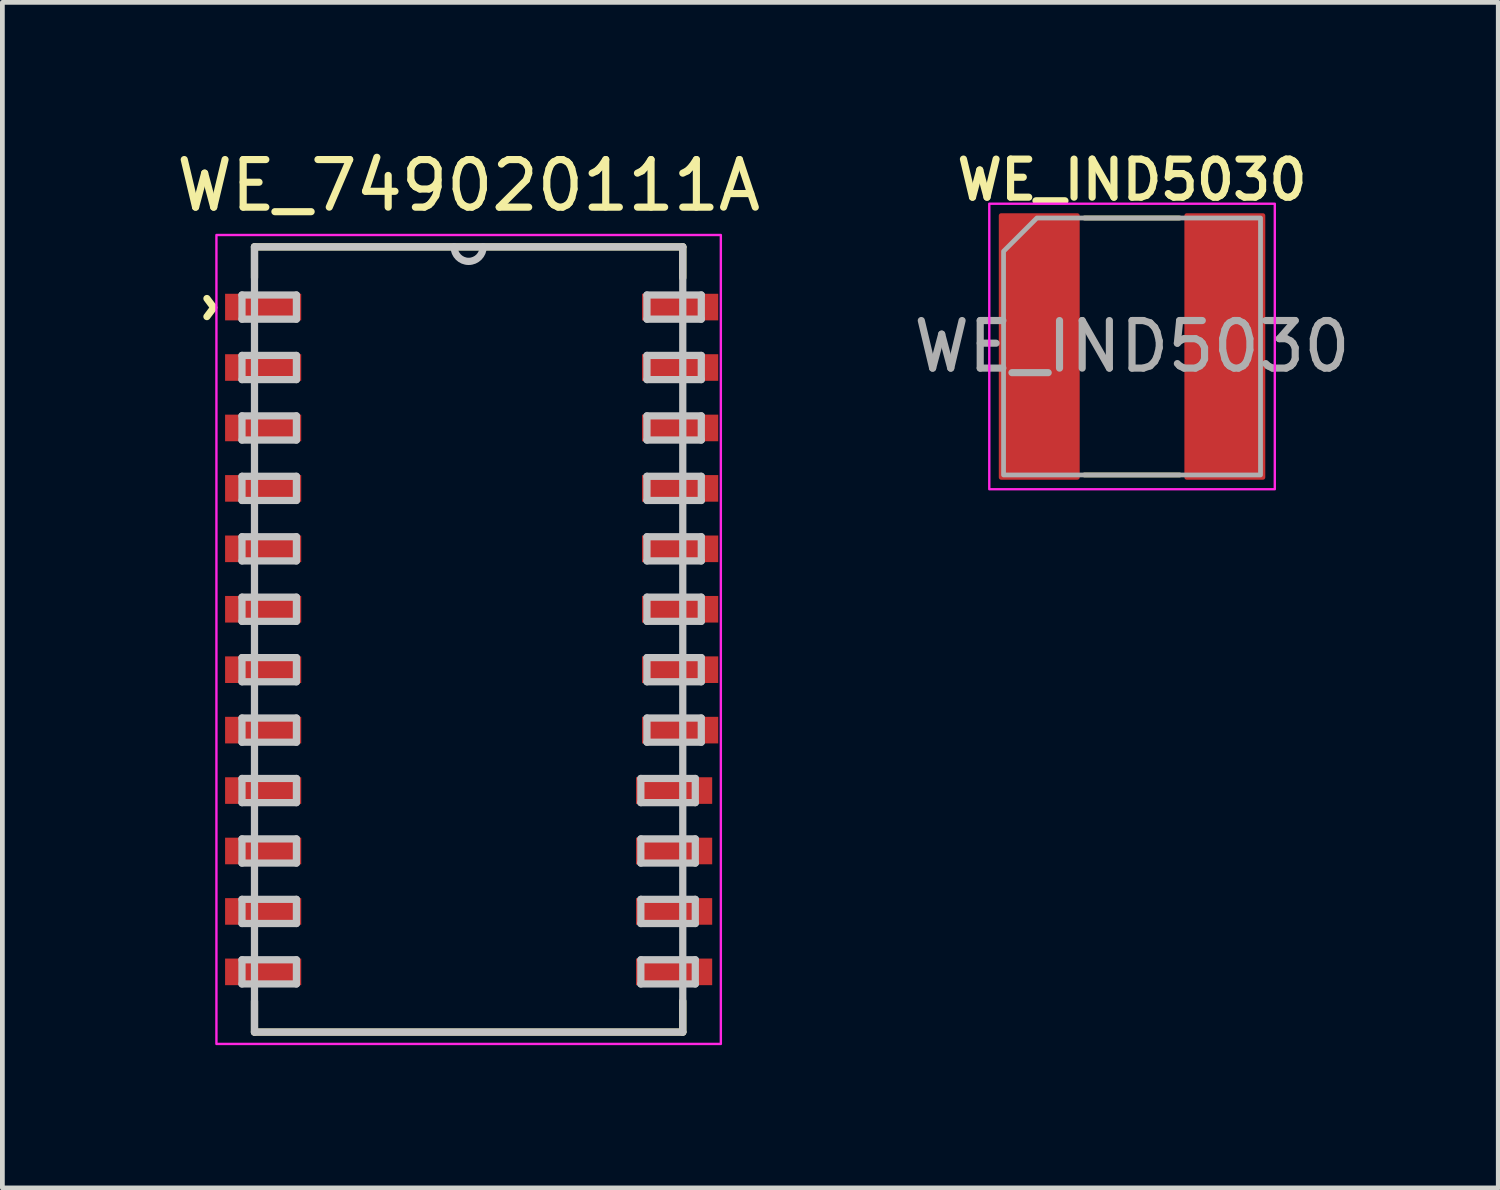
<source format=kicad_pcb>
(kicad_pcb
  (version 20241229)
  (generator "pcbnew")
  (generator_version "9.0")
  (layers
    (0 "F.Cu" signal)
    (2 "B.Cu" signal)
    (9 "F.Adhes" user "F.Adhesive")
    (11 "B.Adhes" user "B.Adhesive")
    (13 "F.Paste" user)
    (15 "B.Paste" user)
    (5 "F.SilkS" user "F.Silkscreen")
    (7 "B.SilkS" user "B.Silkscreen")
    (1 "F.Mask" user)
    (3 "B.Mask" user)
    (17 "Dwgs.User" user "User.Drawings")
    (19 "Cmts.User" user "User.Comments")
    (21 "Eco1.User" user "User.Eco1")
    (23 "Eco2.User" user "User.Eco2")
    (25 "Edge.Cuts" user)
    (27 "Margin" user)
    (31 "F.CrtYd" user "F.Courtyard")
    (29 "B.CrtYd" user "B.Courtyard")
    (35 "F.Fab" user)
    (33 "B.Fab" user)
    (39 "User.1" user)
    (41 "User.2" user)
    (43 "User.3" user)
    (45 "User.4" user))
  (footprint "WE_IND5030"
    (layer "F.Cu")
    (at 20.739 4.231)
    (property "Reference" "WE_IND5030" (at 0 -3.5 0) (layer "F.SilkS") (effects (font (size 0.8 0.8) (thickness 0.15))))
    (attr smd)
    (fp_line (start -1 -2.7) (end 1 -2.7) (stroke (width 0.1) (type solid)) (layer "F.SilkS"))
    (fp_line (start -1 2.7) (end 1 2.7) (stroke (width 0.1) (type solid)) (layer "F.SilkS"))
    (fp_rect (start -3 -3) (end 3 3) (stroke (width 0.05) (type solid)) (fill no) (layer "F.CrtYd"))
    (fp_poly (pts (xy -2.7 2.7) (xy 2.7 2.7) (xy 2.7 -2.7) (xy -2 -2.7) (xy -2.7 -2)) (stroke (width 0.1) (type solid)) (fill no) (layer "F.Fab"))
    (fp_text user "${REFERENCE}" (at 0 0 0) (layer "F.Fab") (effects (font (size 1 1) (thickness 0.15))))
    (pad "" smd roundrect (at -1.95 -2.05) (size 1.7 1.5) (layers "F.Paste") (roundrect_rratio 0.033))
    (pad "" smd roundrect (at -1.95 0) (size 1.7 1.5) (layers "F.Paste") (roundrect_rratio 0.033))
    (pad "" smd roundrect (at -1.95 2.05) (size 1.7 1.5) (layers "F.Paste") (roundrect_rratio 0.033))
    (pad "" smd roundrect (at 1.95 -2.05) (size 1.7 1.5) (layers "F.Paste") (roundrect_rratio 0.033))
    (pad "" smd roundrect (at 1.95 0) (size 1.7 1.5) (layers "F.Paste") (roundrect_rratio 0.033))
    (pad "" smd roundrect (at 1.95 2.05) (size 1.7 1.5) (layers "F.Paste") (roundrect_rratio 0.033))
    (pad "1" smd roundrect (at -1.95 0) (size 1.7 5.6) (layers "F.Cu" "F.Mask") (roundrect_rratio 0.029))
    (pad "2" smd roundrect (at 1.95 0) (size 1.7 5.6) (layers "F.Cu" "F.Mask") (roundrect_rratio 0.029)))
  (footprint "WE_749020111A"
    (layer "F.Cu")
    (at 6.798 10.388)
    (property "Reference" "WE_749020111A" (at 0 -9.54 0) (layer "F.SilkS") (effects (font (size 1 1) (thickness 0.15))))
    (attr smd)
    (fp_line (start -4.5 -8.25) (end -4.5 -7.6) (stroke (width 0.152) (type solid)) (layer "F.SilkS"))
    (fp_line (start -4.5 7.6) (end -4.5 8.25) (stroke (width 0.152) (type solid)) (layer "F.SilkS"))
    (fp_line (start -4.5 8.25) (end 4.5 8.25) (stroke (width 0.152) (type solid)) (layer "F.SilkS"))
    (fp_line (start 4.5 -8.25) (end -4.5 -8.25) (stroke (width 0.152) (type solid)) (layer "F.SilkS"))
    (fp_line (start 4.5 -7.6) (end 4.5 -8.25) (stroke (width 0.152) (type solid)) (layer "F.SilkS"))
    (fp_line (start 4.5 8.25) (end 4.5 7.6) (stroke (width 0.152) (type solid)) (layer "F.SilkS"))
    (fp_line (start -4.763 -7.239) (end -4.763 -6.731) (stroke (width 0.152) (type solid)) (layer "Dwgs.User"))
    (fp_line (start -4.763 -6.731) (end -3.619 -6.731) (stroke (width 0.152) (type solid)) (layer "Dwgs.User"))
    (fp_line (start -4.763 -5.969) (end -4.763 -5.461) (stroke (width 0.152) (type solid)) (layer "Dwgs.User"))
    (fp_line (start -4.763 -5.461) (end -3.619 -5.461) (stroke (width 0.152) (type solid)) (layer "Dwgs.User"))
    (fp_line (start -4.763 -4.699) (end -4.763 -4.191) (stroke (width 0.152) (type solid)) (layer "Dwgs.User"))
    (fp_line (start -4.763 -4.191) (end -3.619 -4.191) (stroke (width 0.152) (type solid)) (layer "Dwgs.User"))
    (fp_line (start -4.763 -3.429) (end -4.763 -2.921) (stroke (width 0.152) (type solid)) (layer "Dwgs.User"))
    (fp_line (start -4.763 -2.921) (end -3.619 -2.921) (stroke (width 0.152) (type solid)) (layer "Dwgs.User"))
    (fp_line (start -4.763 -2.159) (end -4.763 -1.651) (stroke (width 0.152) (type solid)) (layer "Dwgs.User"))
    (fp_line (start -4.763 -1.651) (end -3.619 -1.651) (stroke (width 0.152) (type solid)) (layer "Dwgs.User"))
    (fp_line (start -4.763 -0.889) (end -4.763 -0.381) (stroke (width 0.152) (type solid)) (layer "Dwgs.User"))
    (fp_line (start -4.763 -0.381) (end -3.619 -0.381) (stroke (width 0.152) (type solid)) (layer "Dwgs.User"))
    (fp_line (start -4.763 0.381) (end -4.763 0.889) (stroke (width 0.152) (type solid)) (layer "Dwgs.User"))
    (fp_line (start -4.763 0.889) (end -3.619 0.889) (stroke (width 0.152) (type solid)) (layer "Dwgs.User"))
    (fp_line (start -4.763 1.651) (end -4.763 2.159) (stroke (width 0.152) (type solid)) (layer "Dwgs.User"))
    (fp_line (start -4.763 2.159) (end -3.619 2.159) (stroke (width 0.152) (type solid)) (layer "Dwgs.User"))
    (fp_line (start -4.763 2.921) (end -4.763 3.429) (stroke (width 0.152) (type solid)) (layer "Dwgs.User"))
    (fp_line (start -4.763 3.429) (end -3.619 3.429) (stroke (width 0.152) (type solid)) (layer "Dwgs.User"))
    (fp_line (start -4.763 4.191) (end -4.763 4.699) (stroke (width 0.152) (type solid)) (layer "Dwgs.User"))
    (fp_line (start -4.763 4.699) (end -3.619 4.699) (stroke (width 0.152) (type solid)) (layer "Dwgs.User"))
    (fp_line (start -4.763 5.461) (end -4.763 5.969) (stroke (width 0.152) (type solid)) (layer "Dwgs.User"))
    (fp_line (start -4.763 5.969) (end -3.619 5.969) (stroke (width 0.152) (type solid)) (layer "Dwgs.User"))
    (fp_line (start -4.763 6.731) (end -4.763 7.239) (stroke (width 0.152) (type solid)) (layer "Dwgs.User"))
    (fp_line (start -4.763 7.239) (end -3.619 7.239) (stroke (width 0.152) (type solid)) (layer "Dwgs.User"))
    (fp_line (start -4.5 -8.25) (end -4.5 8.25) (stroke (width 0.152) (type solid)) (layer "Dwgs.User"))
    (fp_line (start -4.5 8.25) (end 4.5 8.25) (stroke (width 0.152) (type solid)) (layer "Dwgs.User"))
    (fp_line (start -3.619 -7.239) (end -4.763 -7.239) (stroke (width 0.152) (type solid)) (layer "Dwgs.User"))
    (fp_line (start -3.619 -6.731) (end -3.619 -7.239) (stroke (width 0.152) (type solid)) (layer "Dwgs.User"))
    (fp_line (start -3.619 -5.969) (end -4.763 -5.969) (stroke (width 0.152) (type solid)) (layer "Dwgs.User"))
    (fp_line (start -3.619 -5.461) (end -3.619 -5.969) (stroke (width 0.152) (type solid)) (layer "Dwgs.User"))
    (fp_line (start -3.619 -4.699) (end -4.763 -4.699) (stroke (width 0.152) (type solid)) (layer "Dwgs.User"))
    (fp_line (start -3.619 -4.191) (end -3.619 -4.699) (stroke (width 0.152) (type solid)) (layer "Dwgs.User"))
    (fp_line (start -3.619 -3.429) (end -4.763 -3.429) (stroke (width 0.152) (type solid)) (layer "Dwgs.User"))
    (fp_line (start -3.619 -2.921) (end -3.619 -3.429) (stroke (width 0.152) (type solid)) (layer "Dwgs.User"))
    (fp_line (start -3.619 -2.159) (end -4.763 -2.159) (stroke (width 0.152) (type solid)) (layer "Dwgs.User"))
    (fp_line (start -3.619 -1.651) (end -3.619 -2.159) (stroke (width 0.152) (type solid)) (layer "Dwgs.User"))
    (fp_line (start -3.619 -0.889) (end -4.763 -0.889) (stroke (width 0.152) (type solid)) (layer "Dwgs.User"))
    (fp_line (start -3.619 -0.381) (end -3.619 -0.889) (stroke (width 0.152) (type solid)) (layer "Dwgs.User"))
    (fp_line (start -3.619 0.381) (end -4.763 0.381) (stroke (width 0.152) (type solid)) (layer "Dwgs.User"))
    (fp_line (start -3.619 0.889) (end -3.619 0.381) (stroke (width 0.152) (type solid)) (layer "Dwgs.User"))
    (fp_line (start -3.619 1.651) (end -4.763 1.651) (stroke (width 0.152) (type solid)) (layer "Dwgs.User"))
    (fp_line (start -3.619 2.159) (end -3.619 1.651) (stroke (width 0.152) (type solid)) (layer "Dwgs.User"))
    (fp_line (start -3.619 2.921) (end -4.763 2.921) (stroke (width 0.152) (type solid)) (layer "Dwgs.User"))
    (fp_line (start -3.619 3.429) (end -3.619 2.921) (stroke (width 0.152) (type solid)) (layer "Dwgs.User"))
    (fp_line (start -3.619 4.191) (end -4.763 4.191) (stroke (width 0.152) (type solid)) (layer "Dwgs.User"))
    (fp_line (start -3.619 4.699) (end -3.619 4.191) (stroke (width 0.152) (type solid)) (layer "Dwgs.User"))
    (fp_line (start -3.619 5.461) (end -4.763 5.461) (stroke (width 0.152) (type solid)) (layer "Dwgs.User"))
    (fp_line (start -3.619 5.969) (end -3.619 5.461) (stroke (width 0.152) (type solid)) (layer "Dwgs.User"))
    (fp_line (start -3.619 6.731) (end -4.763 6.731) (stroke (width 0.152) (type solid)) (layer "Dwgs.User"))
    (fp_line (start -3.619 7.239) (end -3.619 6.731) (stroke (width 0.152) (type solid)) (layer "Dwgs.User"))
    (fp_line (start 3.619 2.921) (end 3.619 3.429) (stroke (width 0.152) (type solid)) (layer "Dwgs.User"))
    (fp_line (start 3.619 3.429) (end 4.763 3.429) (stroke (width 0.152) (type solid)) (layer "Dwgs.User"))
    (fp_line (start 3.619 4.191) (end 3.619 4.699) (stroke (width 0.152) (type solid)) (layer "Dwgs.User"))
    (fp_line (start 3.619 4.699) (end 4.763 4.699) (stroke (width 0.152) (type solid)) (layer "Dwgs.User"))
    (fp_line (start 3.619 5.461) (end 3.619 5.969) (stroke (width 0.152) (type solid)) (layer "Dwgs.User"))
    (fp_line (start 3.619 5.969) (end 4.763 5.969) (stroke (width 0.152) (type solid)) (layer "Dwgs.User"))
    (fp_line (start 3.619 6.731) (end 3.619 7.239) (stroke (width 0.152) (type solid)) (layer "Dwgs.User"))
    (fp_line (start 3.619 7.239) (end 4.763 7.239) (stroke (width 0.152) (type solid)) (layer "Dwgs.User"))
    (fp_line (start 3.747 -7.239) (end 3.747 -6.731) (stroke (width 0.152) (type solid)) (layer "Dwgs.User"))
    (fp_line (start 3.747 -6.731) (end 4.889 -6.731) (stroke (width 0.152) (type solid)) (layer "Dwgs.User"))
    (fp_line (start 3.747 -5.969) (end 3.747 -5.461) (stroke (width 0.152) (type solid)) (layer "Dwgs.User"))
    (fp_line (start 3.747 -5.461) (end 4.889 -5.461) (stroke (width 0.152) (type solid)) (layer "Dwgs.User"))
    (fp_line (start 3.747 -4.699) (end 3.747 -4.191) (stroke (width 0.152) (type solid)) (layer "Dwgs.User"))
    (fp_line (start 3.747 -4.191) (end 4.889 -4.191) (stroke (width 0.152) (type solid)) (layer "Dwgs.User"))
    (fp_line (start 3.747 -3.429) (end 3.747 -2.921) (stroke (width 0.152) (type solid)) (layer "Dwgs.User"))
    (fp_line (start 3.747 -2.921) (end 4.889 -2.921) (stroke (width 0.152) (type solid)) (layer "Dwgs.User"))
    (fp_line (start 3.747 -2.159) (end 3.747 -1.651) (stroke (width 0.152) (type solid)) (layer "Dwgs.User"))
    (fp_line (start 3.747 -1.651) (end 4.889 -1.651) (stroke (width 0.152) (type solid)) (layer "Dwgs.User"))
    (fp_line (start 3.747 -0.889) (end 3.747 -0.381) (stroke (width 0.152) (type solid)) (layer "Dwgs.User"))
    (fp_line (start 3.747 -0.381) (end 4.889 -0.381) (stroke (width 0.152) (type solid)) (layer "Dwgs.User"))
    (fp_line (start 3.747 0.381) (end 3.747 0.889) (stroke (width 0.152) (type solid)) (layer "Dwgs.User"))
    (fp_line (start 3.747 0.889) (end 4.889 0.889) (stroke (width 0.152) (type solid)) (layer "Dwgs.User"))
    (fp_line (start 3.747 1.651) (end 3.747 2.159) (stroke (width 0.152) (type solid)) (layer "Dwgs.User"))
    (fp_line (start 3.747 2.159) (end 4.889 2.159) (stroke (width 0.152) (type solid)) (layer "Dwgs.User"))
    (fp_line (start 4.5 -8.25) (end -4.5 -8.25) (stroke (width 0.152) (type solid)) (layer "Dwgs.User"))
    (fp_line (start 4.5 8.25) (end 4.5 -8.25) (stroke (width 0.152) (type solid)) (layer "Dwgs.User"))
    (fp_line (start 4.763 2.921) (end 3.619 2.921) (stroke (width 0.152) (type solid)) (layer "Dwgs.User"))
    (fp_line (start 4.763 3.429) (end 4.763 2.921) (stroke (width 0.152) (type solid)) (layer "Dwgs.User"))
    (fp_line (start 4.763 4.191) (end 3.619 4.191) (stroke (width 0.152) (type solid)) (layer "Dwgs.User"))
    (fp_line (start 4.763 4.699) (end 4.763 4.191) (stroke (width 0.152) (type solid)) (layer "Dwgs.User"))
    (fp_line (start 4.763 5.461) (end 3.619 5.461) (stroke (width 0.152) (type solid)) (layer "Dwgs.User"))
    (fp_line (start 4.763 5.969) (end 4.763 5.461) (stroke (width 0.152) (type solid)) (layer "Dwgs.User"))
    (fp_line (start 4.763 6.731) (end 3.619 6.731) (stroke (width 0.152) (type solid)) (layer "Dwgs.User"))
    (fp_line (start 4.763 7.239) (end 4.763 6.731) (stroke (width 0.152) (type solid)) (layer "Dwgs.User"))
    (fp_line (start 4.889 -7.239) (end 3.747 -7.239) (stroke (width 0.152) (type solid)) (layer "Dwgs.User"))
    (fp_line (start 4.889 -6.731) (end 4.889 -7.239) (stroke (width 0.152) (type solid)) (layer "Dwgs.User"))
    (fp_line (start 4.889 -5.969) (end 3.747 -5.969) (stroke (width 0.152) (type solid)) (layer "Dwgs.User"))
    (fp_line (start 4.889 -5.461) (end 4.889 -5.969) (stroke (width 0.152) (type solid)) (layer "Dwgs.User"))
    (fp_line (start 4.889 -4.699) (end 3.747 -4.699) (stroke (width 0.152) (type solid)) (layer "Dwgs.User"))
    (fp_line (start 4.889 -4.191) (end 4.889 -4.699) (stroke (width 0.152) (type solid)) (layer "Dwgs.User"))
    (fp_line (start 4.889 -3.429) (end 3.747 -3.429) (stroke (width 0.152) (type solid)) (layer "Dwgs.User"))
    (fp_line (start 4.889 -2.921) (end 4.889 -3.429) (stroke (width 0.152) (type solid)) (layer "Dwgs.User"))
    (fp_line (start 4.889 -2.159) (end 3.747 -2.159) (stroke (width 0.152) (type solid)) (layer "Dwgs.User"))
    (fp_line (start 4.889 -1.651) (end 4.889 -2.159) (stroke (width 0.152) (type solid)) (layer "Dwgs.User"))
    (fp_line (start 4.889 -0.889) (end 3.747 -0.889) (stroke (width 0.152) (type solid)) (layer "Dwgs.User"))
    (fp_line (start 4.889 -0.381) (end 4.889 -0.889) (stroke (width 0.152) (type solid)) (layer "Dwgs.User"))
    (fp_line (start 4.889 0.381) (end 3.747 0.381) (stroke (width 0.152) (type solid)) (layer "Dwgs.User"))
    (fp_line (start 4.889 0.889) (end 4.889 0.381) (stroke (width 0.152) (type solid)) (layer "Dwgs.User"))
    (fp_line (start 4.889 1.651) (end 3.747 1.651) (stroke (width 0.152) (type solid)) (layer "Dwgs.User"))
    (fp_line (start 4.889 2.159) (end 4.889 1.651) (stroke (width 0.152) (type solid)) (layer "Dwgs.User"))
    (fp_arc (start 0.3048 -8.25) (mid 0 -7.9452) (end -0.3048 -8.25) (stroke (width 0.1524) (type solid)) (layer "Dwgs.User"))
    (fp_rect (start -5.3 -8.5) (end 5.3 8.5) (stroke (width 0.05) (type default)) (fill no) (layer "F.CrtYd"))
    (fp_text user "^" (at -5.95 -6.975 270) (unlocked yes) (layer "F.SilkS") (effects (font (size 1 1) (thickness 0.15))))
    (pad "1" smd rect (at -4.318 -6.985) (size 1.6 0.559) (layers "F.Cu" "F.Mask" "F.Paste"))
    (pad "2" smd rect (at -4.318 -5.715) (size 1.6 0.559) (layers "F.Cu" "F.Mask" "F.Paste"))
    (pad "3" smd rect (at -4.318 -4.445) (size 1.6 0.559) (layers "F.Cu" "F.Mask" "F.Paste"))
    (pad "4" smd rect (at -4.318 -3.175) (size 1.6 0.559) (layers "F.Cu" "F.Mask" "F.Paste"))
    (pad "5" smd rect (at -4.318 -1.905) (size 1.6 0.559) (layers "F.Cu" "F.Mask" "F.Paste"))
    (pad "6" smd rect (at -4.318 -0.635) (size 1.6 0.559) (layers "F.Cu" "F.Mask" "F.Paste"))
    (pad "7" smd rect (at -4.318 0.635) (size 1.6 0.559) (layers "F.Cu" "F.Mask" "F.Paste"))
    (pad "8" smd rect (at -4.318 1.905) (size 1.6 0.559) (layers "F.Cu" "F.Mask" "F.Paste"))
    (pad "9" smd rect (at -4.318 3.175 180) (size 1.6 0.559) (layers "F.Cu" "F.Mask" "F.Paste"))
    (pad "10" smd rect (at -4.318 4.445 180) (size 1.6 0.559) (layers "F.Cu" "F.Mask" "F.Paste"))
    (pad "11" smd rect (at -4.318 5.715 180) (size 1.6 0.559) (layers "F.Cu" "F.Mask" "F.Paste"))
    (pad "12" smd rect (at -4.318 6.985 180) (size 1.6 0.559) (layers "F.Cu" "F.Mask" "F.Paste"))
    (pad "13" smd rect (at 4.318 6.985) (size 1.6 0.559) (layers "F.Cu" "F.Mask" "F.Paste"))
    (pad "14" smd rect (at 4.318 5.715) (size 1.6 0.559) (layers "F.Cu" "F.Mask" "F.Paste"))
    (pad "15" smd rect (at 4.318 4.445) (size 1.6 0.559) (layers "F.Cu" "F.Mask" "F.Paste"))
    (pad "16" smd rect (at 4.318 3.175) (size 1.6 0.559) (layers "F.Cu" "F.Mask" "F.Paste"))
    (pad "17" smd rect (at 4.445 1.905) (size 1.6 0.559) (layers "F.Cu" "F.Mask" "F.Paste"))
    (pad "18" smd rect (at 4.445 0.635) (size 1.6 0.559) (layers "F.Cu" "F.Mask" "F.Paste"))
    (pad "19" smd rect (at 4.445 -0.635) (size 1.6 0.559) (layers "F.Cu" "F.Mask" "F.Paste"))
    (pad "20" smd rect (at 4.445 -1.905) (size 1.6 0.559) (layers "F.Cu" "F.Mask" "F.Paste"))
    (pad "21" smd rect (at 4.445 -3.175) (size 1.6 0.559) (layers "F.Cu" "F.Mask" "F.Paste"))
    (pad "22" smd rect (at 4.445 -4.445) (size 1.6 0.559) (layers "F.Cu" "F.Mask" "F.Paste"))
    (pad "23" smd rect (at 4.445 -5.715) (size 1.6 0.559) (layers "F.Cu" "F.Mask" "F.Paste"))
    (pad "24" smd rect (at 4.445 -6.985) (size 1.6 0.559) (layers "F.Cu" "F.Mask" "F.Paste")))
  (gr_rect
    (start -3 -3)
    (end 28.435 21.913)
    (stroke (width 0.1) (type default))
    (fill no)
    (layer "Edge.Cuts")))
</source>
